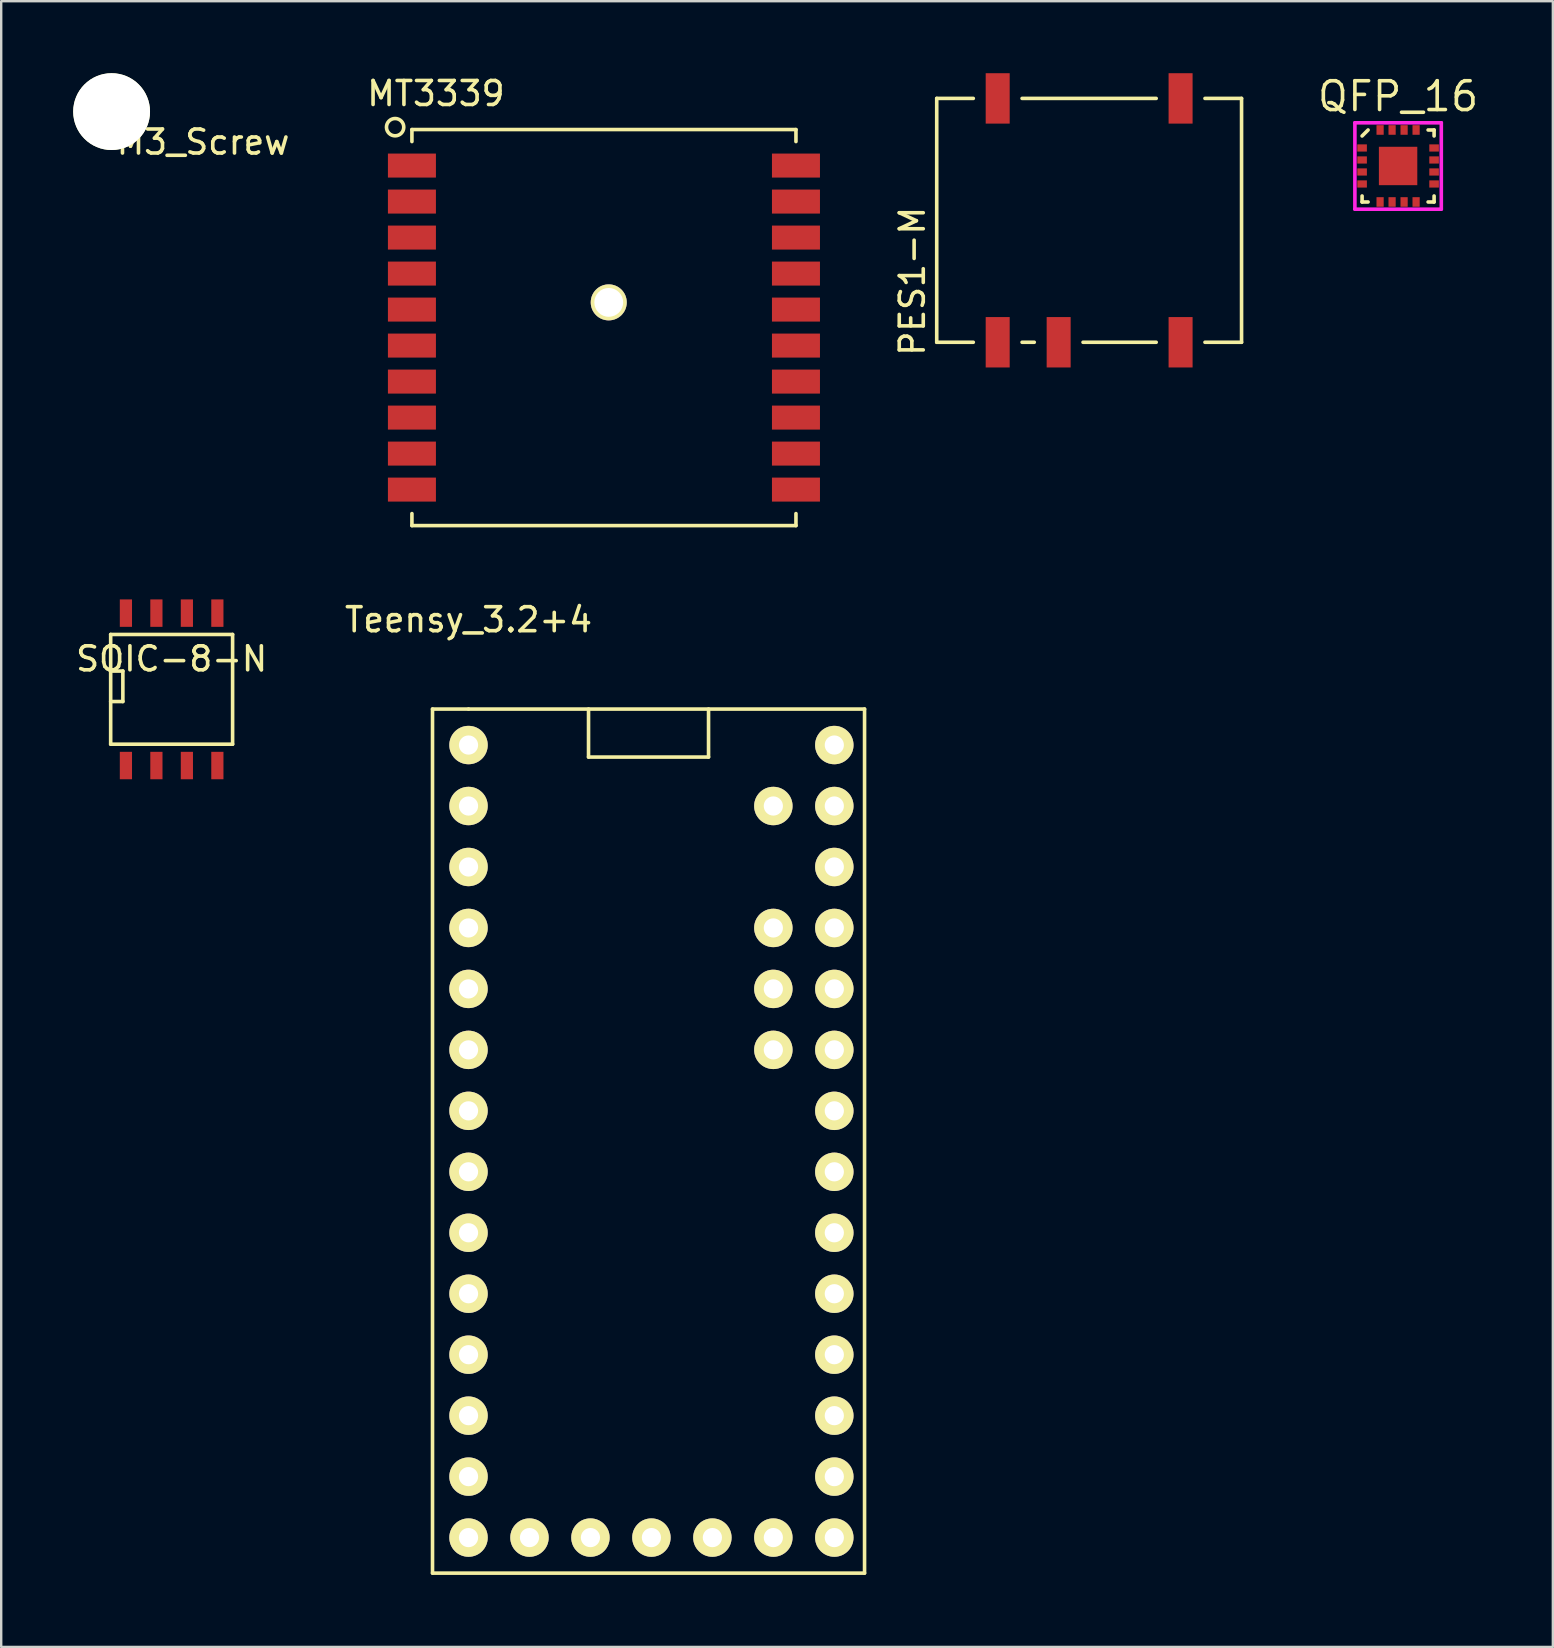
<source format=kicad_pcb>
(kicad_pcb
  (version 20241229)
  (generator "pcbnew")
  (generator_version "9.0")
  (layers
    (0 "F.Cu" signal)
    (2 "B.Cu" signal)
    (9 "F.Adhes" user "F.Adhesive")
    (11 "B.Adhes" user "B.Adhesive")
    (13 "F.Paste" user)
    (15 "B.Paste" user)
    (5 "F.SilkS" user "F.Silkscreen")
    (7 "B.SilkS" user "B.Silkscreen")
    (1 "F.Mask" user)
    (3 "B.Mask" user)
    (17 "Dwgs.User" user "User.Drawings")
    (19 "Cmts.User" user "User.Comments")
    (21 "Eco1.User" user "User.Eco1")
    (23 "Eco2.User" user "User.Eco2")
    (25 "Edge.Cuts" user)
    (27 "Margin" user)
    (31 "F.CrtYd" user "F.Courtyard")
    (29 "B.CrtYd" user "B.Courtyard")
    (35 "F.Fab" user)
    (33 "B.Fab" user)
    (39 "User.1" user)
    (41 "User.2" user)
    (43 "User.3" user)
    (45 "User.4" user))
  (footprint "M3_Screw"
    (layer "F.Cu")
    (at 1.6 1.6)
    (property "Reference" "M3_Screw" (at 3.81 1.27 0) (layer "F.SilkS") (effects (font (size 1 1) (thickness 0.15))))
    (attr through_hole)
    (pad "" np_thru_hole circle (at 0 0) (size 3.2 3.2) (drill 3.2) (layers "*.Cu" "*.Mask" "F.SilkS")))
  (footprint "SOIC-8-N"
    (layer "F.Cu")
    (at 4.101 25.67)
    (property "Reference" "SOIC-8-N" (at 0 -1.27 0) (layer "F.SilkS") (effects (font (size 1 1) (thickness 0.15))))
    (attr smd)
    (fp_line (start -2.54 -2.286) (end 2.54 -2.286) (stroke (width 0.15) (type solid)) (layer "F.SilkS"))
    (fp_line (start -2.54 -0.762) (end -2.032 -0.762) (stroke (width 0.15) (type solid)) (layer "F.SilkS"))
    (fp_line (start -2.54 2.286) (end -2.54 -2.286) (stroke (width 0.15) (type solid)) (layer "F.SilkS"))
    (fp_line (start -2.032 -0.762) (end -2.032 0.508) (stroke (width 0.15) (type solid)) (layer "F.SilkS"))
    (fp_line (start -2.032 0.508) (end -2.54 0.508) (stroke (width 0.15) (type solid)) (layer "F.SilkS"))
    (fp_line (start 2.54 -2.286) (end 2.54 2.286) (stroke (width 0.15) (type solid)) (layer "F.SilkS"))
    (fp_line (start 2.54 2.286) (end -2.54 2.286) (stroke (width 0.15) (type solid)) (layer "F.SilkS"))
    (pad "1" smd rect (at -1.905 3.175) (size 0.508 1.143) (layers "F.Cu" "F.Mask" "F.Paste"))
    (pad "2" smd rect (at -0.635 3.175) (size 0.508 1.143) (layers "F.Cu" "F.Mask" "F.Paste"))
    (pad "3" smd rect (at 0.635 3.175) (size 0.508 1.143) (layers "F.Cu" "F.Mask" "F.Paste"))
    (pad "4" smd rect (at 1.905 3.175) (size 0.508 1.143) (layers "F.Cu" "F.Mask" "F.Paste"))
    (pad "5" smd rect (at 1.905 -3.175) (size 0.508 1.143) (layers "F.Cu" "F.Mask" "F.Paste"))
    (pad "6" smd rect (at 0.635 -3.175) (size 0.508 1.143) (layers "F.Cu" "F.Mask" "F.Paste"))
    (pad "7" smd rect (at -0.635 -3.175) (size 0.508 1.143) (layers "F.Cu" "F.Mask" "F.Paste"))
    (pad "8" smd rect (at -1.905 -3.175) (size 0.508 1.143) (layers "F.Cu" "F.Mask" "F.Paste")))
  (footprint "MT3339"
    (layer "F.Cu")
    (at 14.112 2.348)
    (property "Reference" "MT3339" (at 1 -1.5 0) (layer "F.SilkS") (effects (font (size 1 1) (thickness 0.15))))
    (attr through_hole)
    (fp_line (start 0 0) (end 0 0.5) (stroke (width 0.15) (type solid)) (layer "F.SilkS"))
    (fp_line (start 0 0) (end 16 0) (stroke (width 0.15) (type solid)) (layer "F.SilkS"))
    (fp_line (start 0 16) (end 0 16.5) (stroke (width 0.15) (type solid)) (layer "F.SilkS"))
    (fp_line (start 0 16.5) (end 16 16.5) (stroke (width 0.15) (type solid)) (layer "F.SilkS"))
    (fp_line (start 16 0) (end 16 0.5) (stroke (width 0.15) (type solid)) (layer "F.SilkS"))
    (fp_line (start 16 16.5) (end 16 16) (stroke (width 0.15) (type solid)) (layer "F.SilkS"))
    (fp_circle (center -0.7 -0.1) (end -0.4 -0.3) (stroke (width 0.15) (type solid)) (fill no) (layer "F.SilkS"))
    (pad "" np_thru_hole circle (at 8.2 7.2) (size 1.5 1.5) (drill 1.2) (layers "*.Cu" "*.Mask" "F.SilkS"))
    (pad "1" smd rect (at 0 1.5) (size 2 1) (layers "F.Cu" "F.Mask" "F.Paste"))
    (pad "2" smd rect (at 0 3) (size 2 1) (layers "F.Cu" "F.Mask" "F.Paste"))
    (pad "3" smd rect (at 0 4.5) (size 2 1) (layers "F.Cu" "F.Mask" "F.Paste"))
    (pad "4" smd rect (at 0 6) (size 2 1) (layers "F.Cu" "F.Mask" "F.Paste"))
    (pad "5" smd rect (at 0 7.5) (size 2 1) (layers "F.Cu" "F.Mask" "F.Paste"))
    (pad "6" smd rect (at 0 9) (size 2 1) (layers "F.Cu" "F.Mask" "F.Paste"))
    (pad "7" smd rect (at 0 10.5) (size 2 1) (layers "F.Cu" "F.Mask" "F.Paste"))
    (pad "8" smd rect (at 0 12) (size 2 1) (layers "F.Cu" "F.Mask" "F.Paste"))
    (pad "9" smd rect (at 0 13.5) (size 2 1) (layers "F.Cu" "F.Mask" "F.Paste"))
    (pad "10" smd rect (at 0 15) (size 2 1) (layers "F.Cu" "F.Mask" "F.Paste"))
    (pad "11" smd rect (at 16 15) (size 2 1) (layers "F.Cu" "F.Mask" "F.Paste"))
    (pad "12" smd rect (at 16 13.5) (size 2 1) (layers "F.Cu" "F.Mask" "F.Paste"))
    (pad "13" smd rect (at 16 12) (size 2 1) (layers "F.Cu" "F.Mask" "F.Paste"))
    (pad "14" smd rect (at 16 10.5) (size 2 1) (layers "F.Cu" "F.Mask" "F.Paste"))
    (pad "15" smd rect (at 16 9) (size 2 1) (layers "F.Cu" "F.Mask" "F.Paste"))
    (pad "16" smd rect (at 16 7.5) (size 2 1) (layers "F.Cu" "F.Mask" "F.Paste"))
    (pad "17" smd rect (at 16 6) (size 2 1) (layers "F.Cu" "F.Mask" "F.Paste"))
    (pad "18" smd rect (at 16 4.5) (size 2 1) (layers "F.Cu" "F.Mask" "F.Paste"))
    (pad "19" smd rect (at 16 3) (size 2 1) (layers "F.Cu" "F.Mask" "F.Paste"))
    (pad "20" smd rect (at 16 1.5) (size 2 1) (layers "F.Cu" "F.Mask" "F.Paste")))
  (footprint "PES1-M"
    (layer "F.Cu")
    (at 38.517 11.21)
    (property "Reference" "PES1-M" (at -3.556 -2.54 90) (layer "F.SilkS") (effects (font (size 1 1) (thickness 0.15))))
    (attr through_hole)
    (fp_line (start -2.54 -10.16) (end -2.54 0) (stroke (width 0.15) (type solid)) (layer "F.SilkS"))
    (fp_line (start -2.54 0) (end -1.016 0) (stroke (width 0.15) (type solid)) (layer "F.SilkS"))
    (fp_line (start -1.016 -10.16) (end -2.54 -10.16) (stroke (width 0.15) (type solid)) (layer "F.SilkS"))
    (fp_line (start 1.016 0) (end 1.524 0) (stroke (width 0.15) (type solid)) (layer "F.SilkS"))
    (fp_line (start 3.556 0) (end 6.604 0) (stroke (width 0.15) (type solid)) (layer "F.SilkS"))
    (fp_line (start 6.604 -10.16) (end 1.016 -10.16) (stroke (width 0.15) (type solid)) (layer "F.SilkS"))
    (fp_line (start 8.636 0) (end 10.16 0) (stroke (width 0.15) (type solid)) (layer "F.SilkS"))
    (fp_line (start 10.16 -10.16) (end 8.636 -10.16) (stroke (width 0.15) (type solid)) (layer "F.SilkS"))
    (fp_line (start 10.16 0) (end 10.16 -10.16) (stroke (width 0.15) (type solid)) (layer "F.SilkS"))
    (pad "1" smd rect (at 0 0) (size 1 2.1) (layers "F.Cu" "F.Mask" "F.Paste"))
    (pad "2" smd rect (at 2.54 0) (size 1 2.1) (layers "F.Cu" "F.Mask" "F.Paste"))
    (pad "4" smd rect (at 7.62 0) (size 1 2.1) (layers "F.Cu" "F.Mask" "F.Paste"))
    (pad "5" smd rect (at 7.62 -10.16) (size 1 2.1) (layers "F.Cu" "F.Mask" "F.Paste"))
    (pad "8" smd rect (at 0 -10.16) (size 1 2.1) (layers "F.Cu" "F.Mask" "F.Paste")))
  (footprint "Teensy_3.2+4"
    (layer "F.Cu")
    (at 16.47 27.991)
    (property "Reference" "Teensy_3.2+4" (at 0 -5.22 0) (layer "F.SilkS") (effects (font (size 1 1) (thickness 0.15))))
    (attr through_hole)
    (fp_line (start -1.5 -1.5) (end 0 -1.5) (stroke (width 0.15) (type solid)) (layer "F.SilkS"))
    (fp_line (start -1.5 34.5) (end -1.5 -1.5) (stroke (width 0.15) (type solid)) (layer "F.SilkS"))
    (fp_line (start 0 -1.5) (end 16.5 -1.5) (stroke (width 0.15) (type solid)) (layer "F.SilkS"))
    (fp_line (start 5 -1.5) (end 5 0.5) (stroke (width 0.15) (type solid)) (layer "F.SilkS"))
    (fp_line (start 5 0.5) (end 10 0.5) (stroke (width 0.15) (type solid)) (layer "F.SilkS"))
    (fp_line (start 10 0.5) (end 10 -1.5) (stroke (width 0.15) (type solid)) (layer "F.SilkS"))
    (fp_line (start 16.5 -1.5) (end 16.5 34.5) (stroke (width 0.15) (type solid)) (layer "F.SilkS"))
    (fp_line (start 16.5 34.5) (end -1.5 34.5) (stroke (width 0.15) (type solid)) (layer "F.SilkS"))
    (pad "1" thru_hole oval (at 0 0) (size 1.6 1.6) (drill 0.8) (layers "*.Cu" "*.Mask" "F.SilkS"))
    (pad "2" thru_hole oval (at 0 2.54) (size 1.6 1.6) (drill 0.8) (layers "*.Cu" "*.Mask" "F.SilkS"))
    (pad "3" thru_hole oval (at 0 5.08) (size 1.6 1.6) (drill 0.8) (layers "*.Cu" "*.Mask" "F.SilkS"))
    (pad "4" thru_hole oval (at 0 7.62) (size 1.6 1.6) (drill 0.8) (layers "*.Cu" "*.Mask" "F.SilkS"))
    (pad "5" thru_hole oval (at 0 10.16) (size 1.6 1.6) (drill 0.8) (layers "*.Cu" "*.Mask" "F.SilkS"))
    (pad "6" thru_hole oval (at 0 12.7) (size 1.6 1.6) (drill 0.8) (layers "*.Cu" "*.Mask" "F.SilkS"))
    (pad "7" thru_hole oval (at 0 15.24) (size 1.6 1.6) (drill 0.8) (layers "*.Cu" "*.Mask" "F.SilkS"))
    (pad "8" thru_hole oval (at 0 17.78) (size 1.6 1.6) (drill 0.8) (layers "*.Cu" "*.Mask" "F.SilkS"))
    (pad "9" thru_hole oval (at 0 20.32) (size 1.6 1.6) (drill 0.8) (layers "*.Cu" "*.Mask" "F.SilkS"))
    (pad "10" thru_hole oval (at 0 22.86) (size 1.6 1.6) (drill 0.8) (layers "*.Cu" "*.Mask" "F.SilkS"))
    (pad "11" thru_hole oval (at 0 25.4) (size 1.6 1.6) (drill 0.8) (layers "*.Cu" "*.Mask" "F.SilkS"))
    (pad "12" thru_hole oval (at 0 27.94) (size 1.6 1.6) (drill 0.8) (layers "*.Cu" "*.Mask" "F.SilkS"))
    (pad "13" thru_hole oval (at 0 30.48) (size 1.6 1.6) (drill 0.8) (layers "*.Cu" "*.Mask" "F.SilkS"))
    (pad "14" thru_hole oval (at 0 33.02) (size 1.6 1.6) (drill 0.8) (layers "*.Cu" "*.Mask" "F.SilkS"))
    (pad "15" thru_hole oval (at 15.24 33.02) (size 1.6 1.6) (drill 0.8) (layers "*.Cu" "*.Mask" "F.SilkS"))
    (pad "16" thru_hole oval (at 15.24 30.48) (size 1.6 1.6) (drill 0.8) (layers "*.Cu" "*.Mask" "F.SilkS"))
    (pad "17" thru_hole oval (at 15.24 27.94) (size 1.6 1.6) (drill 0.8) (layers "*.Cu" "*.Mask" "F.SilkS"))
    (pad "18" thru_hole oval (at 15.24 25.4) (size 1.6 1.6) (drill 0.8) (layers "*.Cu" "*.Mask" "F.SilkS"))
    (pad "19" thru_hole oval (at 15.24 22.86) (size 1.6 1.6) (drill 0.8) (layers "*.Cu" "*.Mask" "F.SilkS"))
    (pad "20" thru_hole oval (at 15.24 20.32) (size 1.6 1.6) (drill 0.8) (layers "*.Cu" "*.Mask" "F.SilkS"))
    (pad "21" thru_hole oval (at 15.24 17.78) (size 1.6 1.6) (drill 0.8) (layers "*.Cu" "*.Mask" "F.SilkS"))
    (pad "22" thru_hole oval (at 15.24 15.24) (size 1.6 1.6) (drill 0.8) (layers "*.Cu" "*.Mask" "F.SilkS"))
    (pad "23" thru_hole oval (at 15.24 12.7) (size 1.6 1.6) (drill 0.8) (layers "*.Cu" "*.Mask" "F.SilkS"))
    (pad "24" thru_hole oval (at 15.24 10.16) (size 1.6 1.6) (drill 0.8) (layers "*.Cu" "*.Mask" "F.SilkS"))
    (pad "25" thru_hole oval (at 15.24 7.62) (size 1.6 1.6) (drill 0.8) (layers "*.Cu" "*.Mask" "F.SilkS"))
    (pad "26" thru_hole oval (at 15.24 5.08) (size 1.6 1.6) (drill 0.8) (layers "*.Cu" "*.Mask" "F.SilkS"))
    (pad "27" thru_hole oval (at 15.24 2.54) (size 1.6 1.6) (drill 0.8) (layers "*.Cu" "*.Mask" "F.SilkS"))
    (pad "28" thru_hole oval (at 15.24 0) (size 1.6 1.6) (drill 0.8) (layers "*.Cu" "*.Mask" "F.SilkS"))
    (pad "29" thru_hole oval (at 2.54 33.02) (size 1.6 1.6) (drill 0.8) (layers "*.Cu" "*.Mask" "F.SilkS"))
    (pad "30" thru_hole oval (at 5.08 33.02) (size 1.6 1.6) (drill 0.8) (layers "*.Cu" "*.Mask" "F.SilkS"))
    (pad "31" thru_hole oval (at 7.62 33.02) (size 1.6 1.6) (drill 0.8) (layers "*.Cu" "*.Mask" "F.SilkS"))
    (pad "32" thru_hole oval (at 10.16 33.02) (size 1.6 1.6) (drill 0.8) (layers "*.Cu" "*.Mask" "F.SilkS"))
    (pad "33" thru_hole oval (at 12.7 33.02) (size 1.6 1.6) (drill 0.8) (layers "*.Cu" "*.Mask" "F.SilkS"))
    (pad "34" thru_hole oval (at 12.7 2.54) (size 1.6 1.6) (drill 0.8) (layers "*.Cu" "*.Mask" "F.SilkS"))
    (pad "35" thru_hole oval (at 12.7 7.62) (size 1.6 1.6) (drill 0.8) (layers "*.Cu" "*.Mask" "F.SilkS"))
    (pad "36" thru_hole oval (at 12.7 10.16) (size 1.6 1.6) (drill 0.8) (layers "*.Cu" "*.Mask" "F.SilkS"))
    (pad "37" thru_hole oval (at 12.7 12.7) (size 1.6 1.6) (drill 0.8) (layers "*.Cu" "*.Mask" "F.SilkS")))
  (footprint "QFP_16"
    (layer "F.Cu")
    (at 55.199 3.865)
    (property "Reference" "QFP_16" (at 0 -2.9 0) (layer "F.SilkS") (effects (font (size 1.2 1.2) (thickness 0.15))))
    (attr through_hole)
    (fp_line (start -1.5 -1.25) (end -1.25 -1.5) (stroke (width 0.15) (type solid)) (layer "F.SilkS"))
    (fp_line (start -1.5 1.5) (end -1.5 1.25) (stroke (width 0.15) (type solid)) (layer "F.SilkS"))
    (fp_line (start -1.25 1.5) (end -1.5 1.5) (stroke (width 0.15) (type solid)) (layer "F.SilkS"))
    (fp_line (start 1.25 -1.5) (end 1.5 -1.5) (stroke (width 0.15) (type solid)) (layer "F.SilkS"))
    (fp_line (start 1.25 1.5) (end 1.5 1.5) (stroke (width 0.15) (type solid)) (layer "F.SilkS"))
    (fp_line (start 1.5 -1.5) (end 1.5 -1.25) (stroke (width 0.15) (type solid)) (layer "F.SilkS"))
    (fp_line (start 1.5 1.5) (end 1.5 1.25) (stroke (width 0.15) (type solid)) (layer "F.SilkS"))
    (fp_line (start -1.8 -1.8) (end 1.8 -1.8) (stroke (width 0.15) (type solid)) (layer "F.CrtYd"))
    (fp_line (start -1.8 1.8) (end -1.8 -1.8) (stroke (width 0.15) (type solid)) (layer "F.CrtYd"))
    (fp_line (start 1.8 -1.8) (end 1.8 1.8) (stroke (width 0.15) (type solid)) (layer "F.CrtYd"))
    (fp_line (start 1.8 1.8) (end -1.8 1.8) (stroke (width 0.15) (type solid)) (layer "F.CrtYd"))
    (pad "1" smd rect (at -1.5 -0.75 90) (size 0.3 0.4) (layers "F.Cu" "F.Mask" "F.Paste"))
    (pad "2" smd rect (at -1.5 -0.25 90) (size 0.3 0.4) (layers "F.Cu" "F.Mask" "F.Paste"))
    (pad "3" smd rect (at -1.5 0.25 90) (size 0.3 0.4) (layers "F.Cu" "F.Mask" "F.Paste"))
    (pad "4" smd rect (at -1.5 0.75 90) (size 0.3 0.4) (layers "F.Cu" "F.Mask" "F.Paste"))
    (pad "5" smd rect (at -0.75 1.5) (size 0.3 0.4) (layers "F.Cu" "F.Mask" "F.Paste"))
    (pad "6" smd rect (at -0.25 1.5) (size 0.3 0.4) (layers "F.Cu" "F.Mask" "F.Paste"))
    (pad "7" smd rect (at 0.25 1.5) (size 0.3 0.4) (layers "F.Cu" "F.Mask" "F.Paste"))
    (pad "8" smd rect (at 0.75 1.5) (size 0.3 0.4) (layers "F.Cu" "F.Mask" "F.Paste"))
    (pad "9" smd rect (at 1.5 0.75 90) (size 0.3 0.4) (layers "F.Cu" "F.Mask" "F.Paste"))
    (pad "10" smd rect (at 1.5 0.25 90) (size 0.3 0.4) (layers "F.Cu" "F.Mask" "F.Paste"))
    (pad "11" smd rect (at 1.5 -0.25 90) (size 0.3 0.4) (layers "F.Cu" "F.Mask" "F.Paste"))
    (pad "12" smd rect (at 1.5 -0.75 90) (size 0.3 0.4) (layers "F.Cu" "F.Mask" "F.Paste"))
    (pad "13" smd rect (at 0.75 -1.5) (size 0.3 0.4) (layers "F.Cu" "F.Mask" "F.Paste"))
    (pad "14" smd rect (at 0.25 -1.5) (size 0.3 0.4) (layers "F.Cu" "F.Mask" "F.Paste"))
    (pad "15" smd rect (at -0.25 -1.5) (size 0.3 0.4) (layers "F.Cu" "F.Mask" "F.Paste"))
    (pad "16" smd rect (at -0.75 -1.5) (size 0.3 0.4) (layers "F.Cu" "F.Mask" "F.Paste"))
    (pad "~" smd rect (at 0 0 90) (size 1.6 1.6) (layers "F.Cu" "F.Mask" "F.Paste")))
  (gr_rect
    (start -3 -3)
    (end 61.647 65.567)
    (stroke (width 0.1) (type default))
    (fill no)
    (layer "Edge.Cuts")))
</source>
